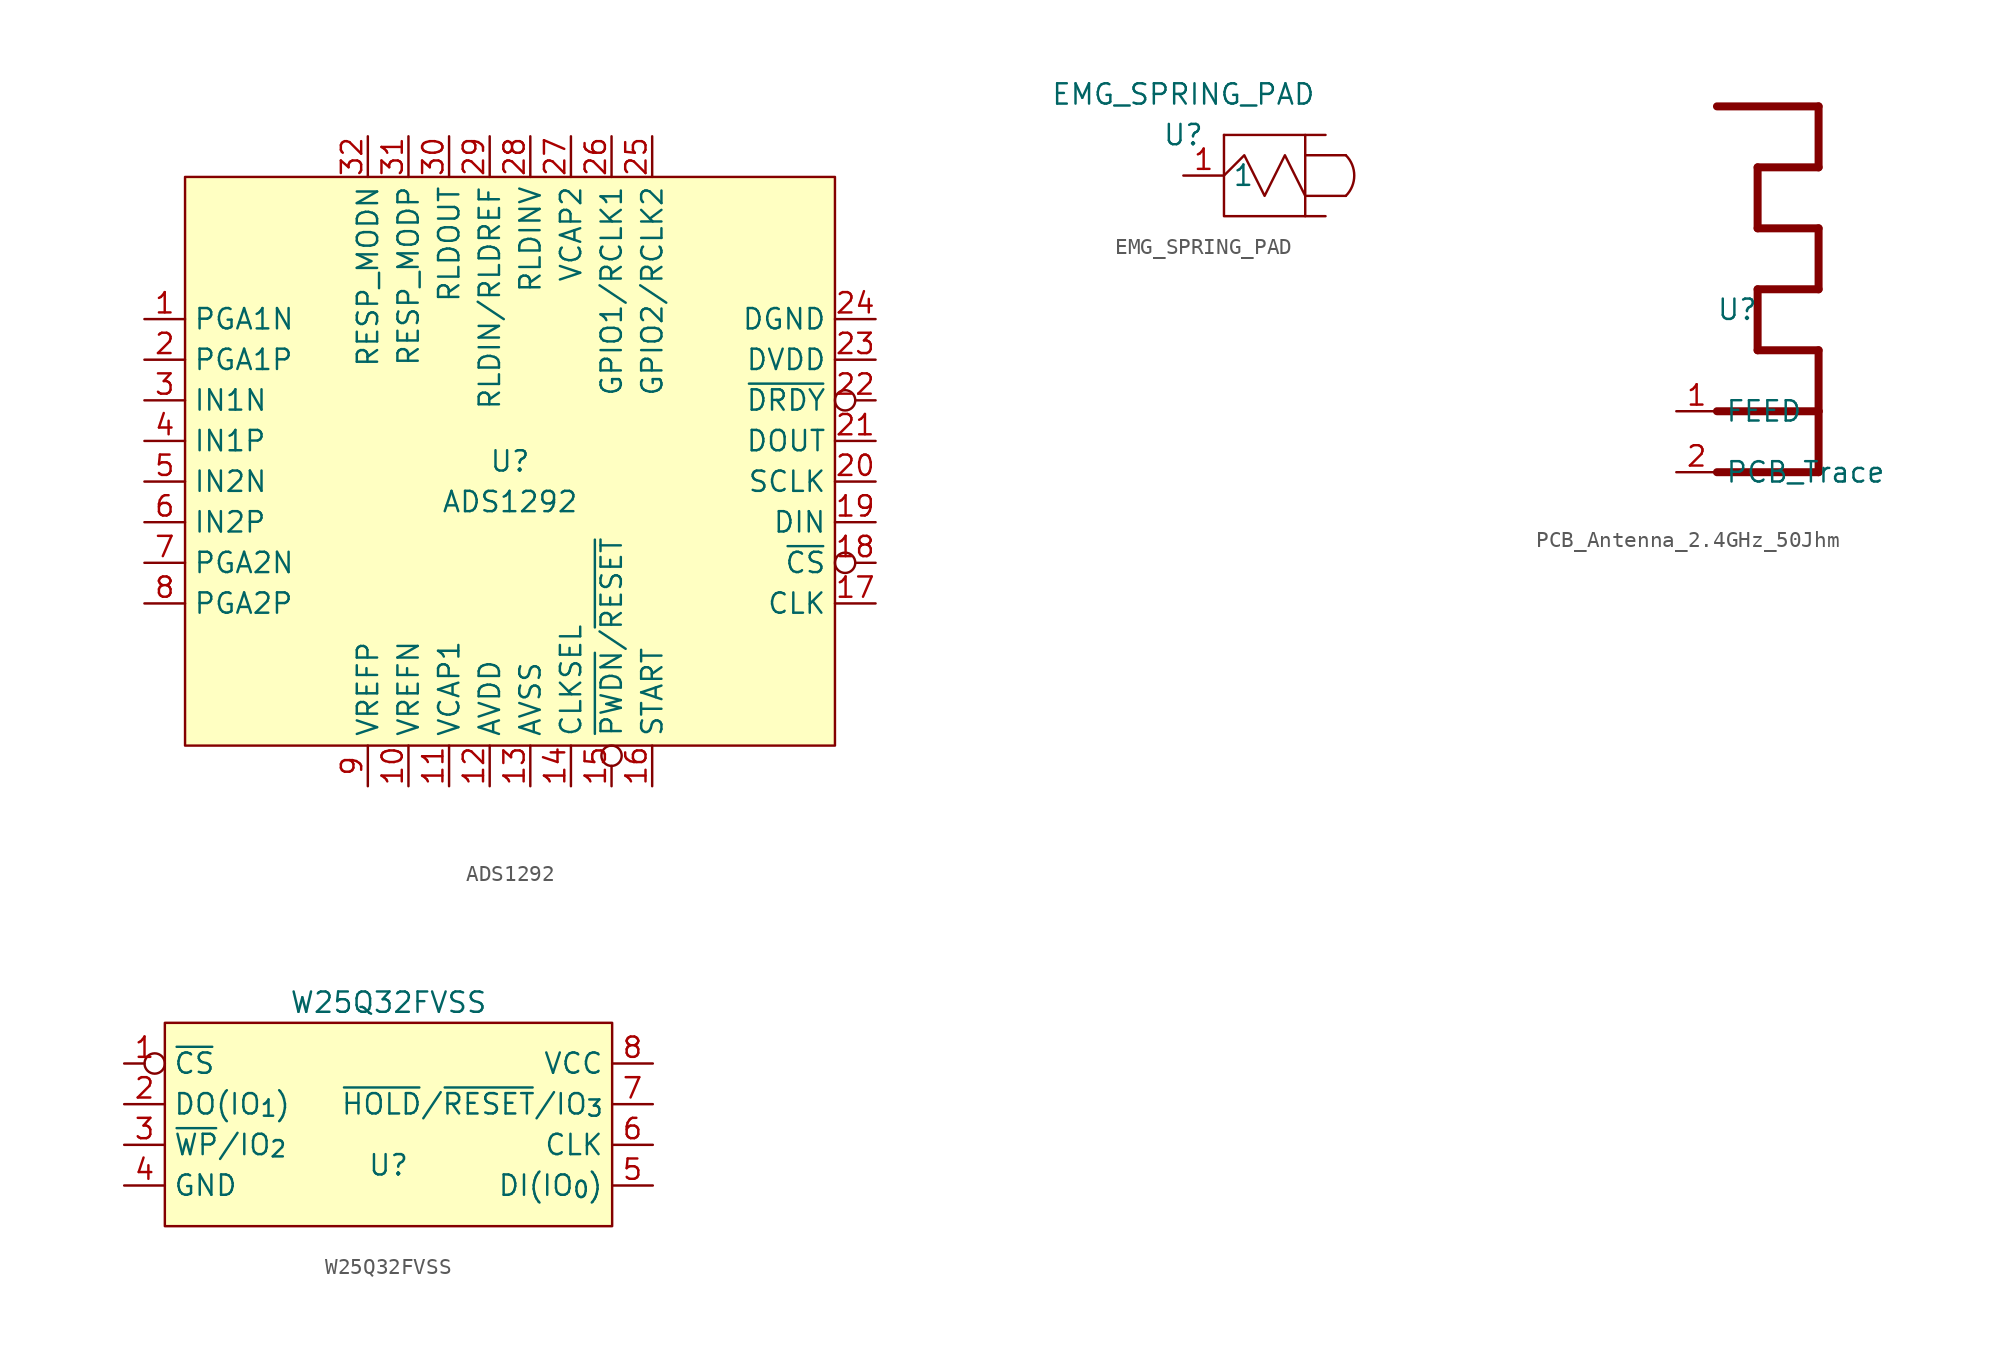
<source format=kicad_sym>
(kicad_symbol_lib
  (version 20220914)
  (generator kicad_symbol_editor)
  (symbol "ADS1292"
    (property "Reference" "U"
      (at 0 0 0)
      (effects (font (size 1.27 1.27))))
    (property "Value" "ADS1292"
      (at 0 -2.54 0)
      (effects (font (size 1.27 1.27))))
    (symbol "ADS1292_0_1"
      (rectangle (start -20.32 17.78) (end 20.32 -17.78) (stroke (width 0.152) (type default)) (fill (type background))))
    (symbol "ADS1292_1_1"
      (pin output line (at -22.86 8.89 0) (length 2.54) (name "PGA1N" (effects (font (size 1.27 1.27)))) (number "1" (effects (font (size 1.27 1.27)))))
      (pin input line (at -6.35 -20.32 90) (length 2.54) (name "VREFN" (effects (font (size 1.27 1.27)))) (number "10" (effects (font (size 1.27 1.27)))))
      (pin bidirectional line (at -3.81 -20.32 90) (length 2.54) (name "VCAP1" (effects (font (size 1.27 1.27)))) (number "11" (effects (font (size 1.27 1.27)))))
      (pin power_in line (at -1.27 -20.32 90) (length 2.54) (name "AVDD" (effects (font (size 1.27 1.27)))) (number "12" (effects (font (size 1.27 1.27)))))
      (pin power_in line (at 1.27 -20.32 90) (length 2.54) (name "AVSS" (effects (font (size 1.27 1.27)))) (number "13" (effects (font (size 1.27 1.27)))))
      (pin input line (at 3.81 -20.32 90) (length 2.54) (name "CLKSEL" (effects (font (size 1.27 1.27)))) (number "14" (effects (font (size 1.27 1.27)))))
      (pin input inverted (at 6.35 -20.32 90) (length 2.54) (name "~{PWDN}/~{RESET}" (effects (font (size 1.27 1.27)))) (number "15" (effects (font (size 1.27 1.27)))))
      (pin input line (at 8.89 -20.32 90) (length 2.54) (name "START" (effects (font (size 1.27 1.27)))) (number "16" (effects (font (size 1.27 1.27)))))
      (pin input line (at 22.86 -8.89 180) (length 2.54) (name "CLK" (effects (font (size 1.27 1.27)))) (number "17" (effects (font (size 1.27 1.27)))))
      (pin input inverted (at 22.86 -6.35 180) (length 2.54) (name "~{CS}" (effects (font (size 1.27 1.27)))) (number "18" (effects (font (size 1.27 1.27)))))
      (pin input line (at 22.86 -3.81 180) (length 2.54) (name "DIN" (effects (font (size 1.27 1.27)))) (number "19" (effects (font (size 1.27 1.27)))))
      (pin output line (at -22.86 6.35 0) (length 2.54) (name "PGA1P" (effects (font (size 1.27 1.27)))) (number "2" (effects (font (size 1.27 1.27)))))
      (pin input line (at 22.86 -1.27 180) (length 2.54) (name "SCLK" (effects (font (size 1.27 1.27)))) (number "20" (effects (font (size 1.27 1.27)))))
      (pin output line (at 22.86 1.27 180) (length 2.54) (name "DOUT" (effects (font (size 1.27 1.27)))) (number "21" (effects (font (size 1.27 1.27)))))
      (pin output inverted (at 22.86 3.81 180) (length 2.54) (name "~{DRDY}" (effects (font (size 1.27 1.27)))) (number "22" (effects (font (size 1.27 1.27)))))
      (pin power_in line (at 22.86 6.35 180) (length 2.54) (name "DVDD" (effects (font (size 1.27 1.27)))) (number "23" (effects (font (size 1.27 1.27)))))
      (pin power_in line (at 22.86 8.89 180) (length 2.54) (name "DGND" (effects (font (size 1.27 1.27)))) (number "24" (effects (font (size 1.27 1.27)))))
      (pin bidirectional line (at 8.89 20.32 270) (length 2.54) (name "GPIO2/RCLK2" (effects (font (size 1.27 1.27)))) (number "25" (effects (font (size 1.27 1.27)))))
      (pin bidirectional line (at 6.35 20.32 270) (length 2.54) (name "GPIO1/RCLK1" (effects (font (size 1.27 1.27)))) (number "26" (effects (font (size 1.27 1.27)))))
      (pin bidirectional line (at 3.81 20.32 270) (length 2.54) (name "VCAP2" (effects (font (size 1.27 1.27)))) (number "27" (effects (font (size 1.27 1.27)))))
      (pin input line (at 1.27 20.32 270) (length 2.54) (name "RLDINV" (effects (font (size 1.27 1.27)))) (number "28" (effects (font (size 1.27 1.27)))))
      (pin input line (at -1.27 20.32 270) (length 2.54) (name "RLDIN/RLDREF" (effects (font (size 1.27 1.27)))) (number "29" (effects (font (size 1.27 1.27)))))
      (pin input line (at -22.86 3.81 0) (length 2.54) (name "IN1N" (effects (font (size 1.27 1.27)))) (number "3" (effects (font (size 1.27 1.27)))))
      (pin output line (at -3.81 20.32 270) (length 2.54) (name "RLDOUT" (effects (font (size 1.27 1.27)))) (number "30" (effects (font (size 1.27 1.27)))))
      (pin bidirectional line (at -6.35 20.32 270) (length 2.54) (name "RESP_MODP" (effects (font (size 1.27 1.27)))) (number "31" (effects (font (size 1.27 1.27)))))
      (pin bidirectional line (at -8.89 20.32 270) (length 2.54) (name "RESP_MODN" (effects (font (size 1.27 1.27)))) (number "32" (effects (font (size 1.27 1.27)))))
      (pin input line (at -22.86 1.27 0) (length 2.54) (name "IN1P" (effects (font (size 1.27 1.27)))) (number "4" (effects (font (size 1.27 1.27)))))
      (pin input line (at -22.86 -1.27 0) (length 2.54) (name "IN2N" (effects (font (size 1.27 1.27)))) (number "5" (effects (font (size 1.27 1.27)))))
      (pin input line (at -22.86 -3.81 0) (length 2.54) (name "IN2P" (effects (font (size 1.27 1.27)))) (number "6" (effects (font (size 1.27 1.27)))))
      (pin output line (at -22.86 -6.35 0) (length 2.54) (name "PGA2N" (effects (font (size 1.27 1.27)))) (number "7" (effects (font (size 1.27 1.27)))))
      (pin output line (at -22.86 -8.89 0) (length 2.54) (name "PGA2P" (effects (font (size 1.27 1.27)))) (number "8" (effects (font (size 1.27 1.27)))))
      (pin bidirectional line (at -8.89 -20.32 90) (length 2.54) (name "VREFP" (effects (font (size 1.27 1.27)))) (number "9" (effects (font (size 1.27 1.27)))))))
  (symbol "EMG_SPRING_PAD"
    (property "Reference" "U"
      (at 0 0 0)
      (effects (font (size 1.27 1.27))))
    (property "Value" "EMG_SPRING_PAD"
      (at 0 2.54 0)
      (effects (font (size 1.27 1.27))))
    (symbol "EMG_SPRING_PAD_0_1"
      (polyline (pts (xy 2.54 0) (xy 8.89 0)) (stroke (width 0.152) (type default)) (fill (type none)))
      (polyline (pts (xy 7.62 -3.81) (xy 10.16 -3.81)) (stroke (width 0.152) (type default)) (fill (type none)))
      (polyline (pts (xy 7.62 -1.27) (xy 10.16 -1.27)) (stroke (width 0.152) (type default)) (fill (type none)))
      (polyline (pts (xy 7.62 0) (xy 7.62 -5.08)) (stroke (width 0.152) (type default)) (fill (type none)))
      (polyline (pts (xy 2.54 0) (xy 2.54 -5.08) (xy 8.89 -5.08)) (stroke (width 0.152) (type default)) (fill (type none)))
      (polyline (pts (xy 2.54 -2.54) (xy 3.81 -1.27) (xy 5.08 -3.81) (xy 6.35 -1.27) (xy 7.62 -3.81)) (stroke (width 0.152) (type default)) (fill (type none)))
      (arc (start 10.16 -3.81) (mid 10.6861 -2.54) (end 10.16 -1.27) (stroke (width 0.1524) (type default)) (fill (type none))))
    (symbol "EMG_SPRING_PAD_1_1"
      (pin bidirectional line (at 0 -2.54 0) (length 2.54) (name "1" (effects (font (size 1.27 1.27)))) (number "1" (effects (font (size 1.27 1.27)))))))
  (symbol "PCB_Antenna_2.4GHz_50Jhm"
    (property "Reference" "U"
      (at 0 0 0)
      (effects (font (size 1.27 1.27))))
    (property "Value" ""
      (at -15.24 1.27 0)
      (effects (font (size 1.27 1.27))))
    (symbol "PCB_Antenna_2.4GHz_50Jhm_1_1"
      (polyline (pts (xy -1.27 -10.16) (xy 5.08 -10.16)) (stroke (width 0.5) (type default)) (fill (type none)))
      (polyline (pts (xy -1.27 -6.35) (xy 5.08 -6.35)) (stroke (width 0.5) (type default)) (fill (type none)))
      (polyline (pts (xy -1.27 12.7) (xy 5.08 12.7)) (stroke (width 0.5) (type default)) (fill (type none)))
      (polyline (pts (xy 1.27 -2.54) (xy 1.27 1.27)) (stroke (width 0.5) (type default)) (fill (type none)))
      (polyline (pts (xy 1.27 5.08) (xy 1.27 8.89)) (stroke (width 0.5) (type default)) (fill (type none)))
      (polyline (pts (xy 5.08 -10.16) (xy 5.08 -6.35)) (stroke (width 0.5) (type default)) (fill (type none)))
      (polyline (pts (xy 5.08 -6.35) (xy 5.08 -2.54)) (stroke (width 0.5) (type default)) (fill (type none)))
      (polyline (pts (xy 5.08 -2.54) (xy 1.27 -2.54)) (stroke (width 0.5) (type default)) (fill (type none)))
      (polyline (pts (xy 5.08 1.27) (xy 1.27 1.27)) (stroke (width 0.5) (type default)) (fill (type none)))
      (polyline (pts (xy 5.08 1.27) (xy 5.08 5.08)) (stroke (width 0.5) (type default)) (fill (type none)))
      (polyline (pts (xy 5.08 5.08) (xy 1.27 5.08)) (stroke (width 0.5) (type default)) (fill (type none)))
      (polyline (pts (xy 5.08 8.89) (xy 1.27 8.89)) (stroke (width 0.5) (type default)) (fill (type none)))
      (polyline (pts (xy 5.08 8.89) (xy 5.08 12.7)) (stroke (width 0.5) (type default)) (fill (type none)))
      (pin input line (at -3.81 -6.35 0) (length 2.54) (name "FEED" (effects (font (size 1.27 1.27)))) (number "1" (effects (font (size 1.27 1.27)))))
      (pin passive line (at -3.81 -10.16 0) (length 2.54) (name "PCB_Trace" (effects (font (size 1.27 1.27)))) (number "2" (effects (font (size 1.27 1.27)))))))
  (symbol "W25Q32FVSS"
    (property "Reference" "U"
      (at 0 -2.54 0)
      (effects (font (size 1.27 1.27))))
    (property "Value" "W25Q32FVSS"
      (at 0 7.62 0)
      (effects (font (size 1.27 1.27))))
    (symbol "W25Q32FVSS_0_1"
      (rectangle (start -13.97 6.35) (end 13.97 -6.35) (stroke (width 0.152) (type default)) (fill (type background))))
    (symbol "W25Q32FVSS_1_1"
      (pin input inverted (at -16.51 3.81 0) (length 2.54) (name "~{CS}" (effects (font (size 1.27 1.27)))) (number "1" (effects (font (size 1.27 1.27)))))
      (pin bidirectional line (at -16.51 1.27 0) (length 2.54) (name "DO(IO_{1})" (effects (font (size 1.27 1.27)))) (number "2" (effects (font (size 1.27 1.27)))))
      (pin bidirectional line (at -16.51 -1.27 0) (length 2.54) (name "~{WP}/IO_{2}" (effects (font (size 1.27 1.27)))) (number "3" (effects (font (size 1.27 1.27)))))
      (pin power_in line (at -16.51 -3.81 0) (length 2.54) (name "GND" (effects (font (size 1.27 1.27)))) (number "4" (effects (font (size 1.27 1.27)))))
      (pin bidirectional line (at 16.51 -3.81 180) (length 2.54) (name "DI(IO_{0})" (effects (font (size 1.27 1.27)))) (number "5" (effects (font (size 1.27 1.27)))))
      (pin input line (at 16.51 -1.27 180) (length 2.54) (name "CLK" (effects (font (size 1.27 1.27)))) (number "6" (effects (font (size 1.27 1.27)))))
      (pin bidirectional line (at 16.51 1.27 180) (length 2.54) (name "~{HOLD}/~{RESET}/IO_{3}" (effects (font (size 1.27 1.27)))) (number "7" (effects (font (size 1.27 1.27)))))
      (pin power_in line (at 16.51 3.81 180) (length 2.54) (name "VCC" (effects (font (size 1.27 1.27)))) (number "8" (effects (font (size 1.27 1.27))))))))
</source>
